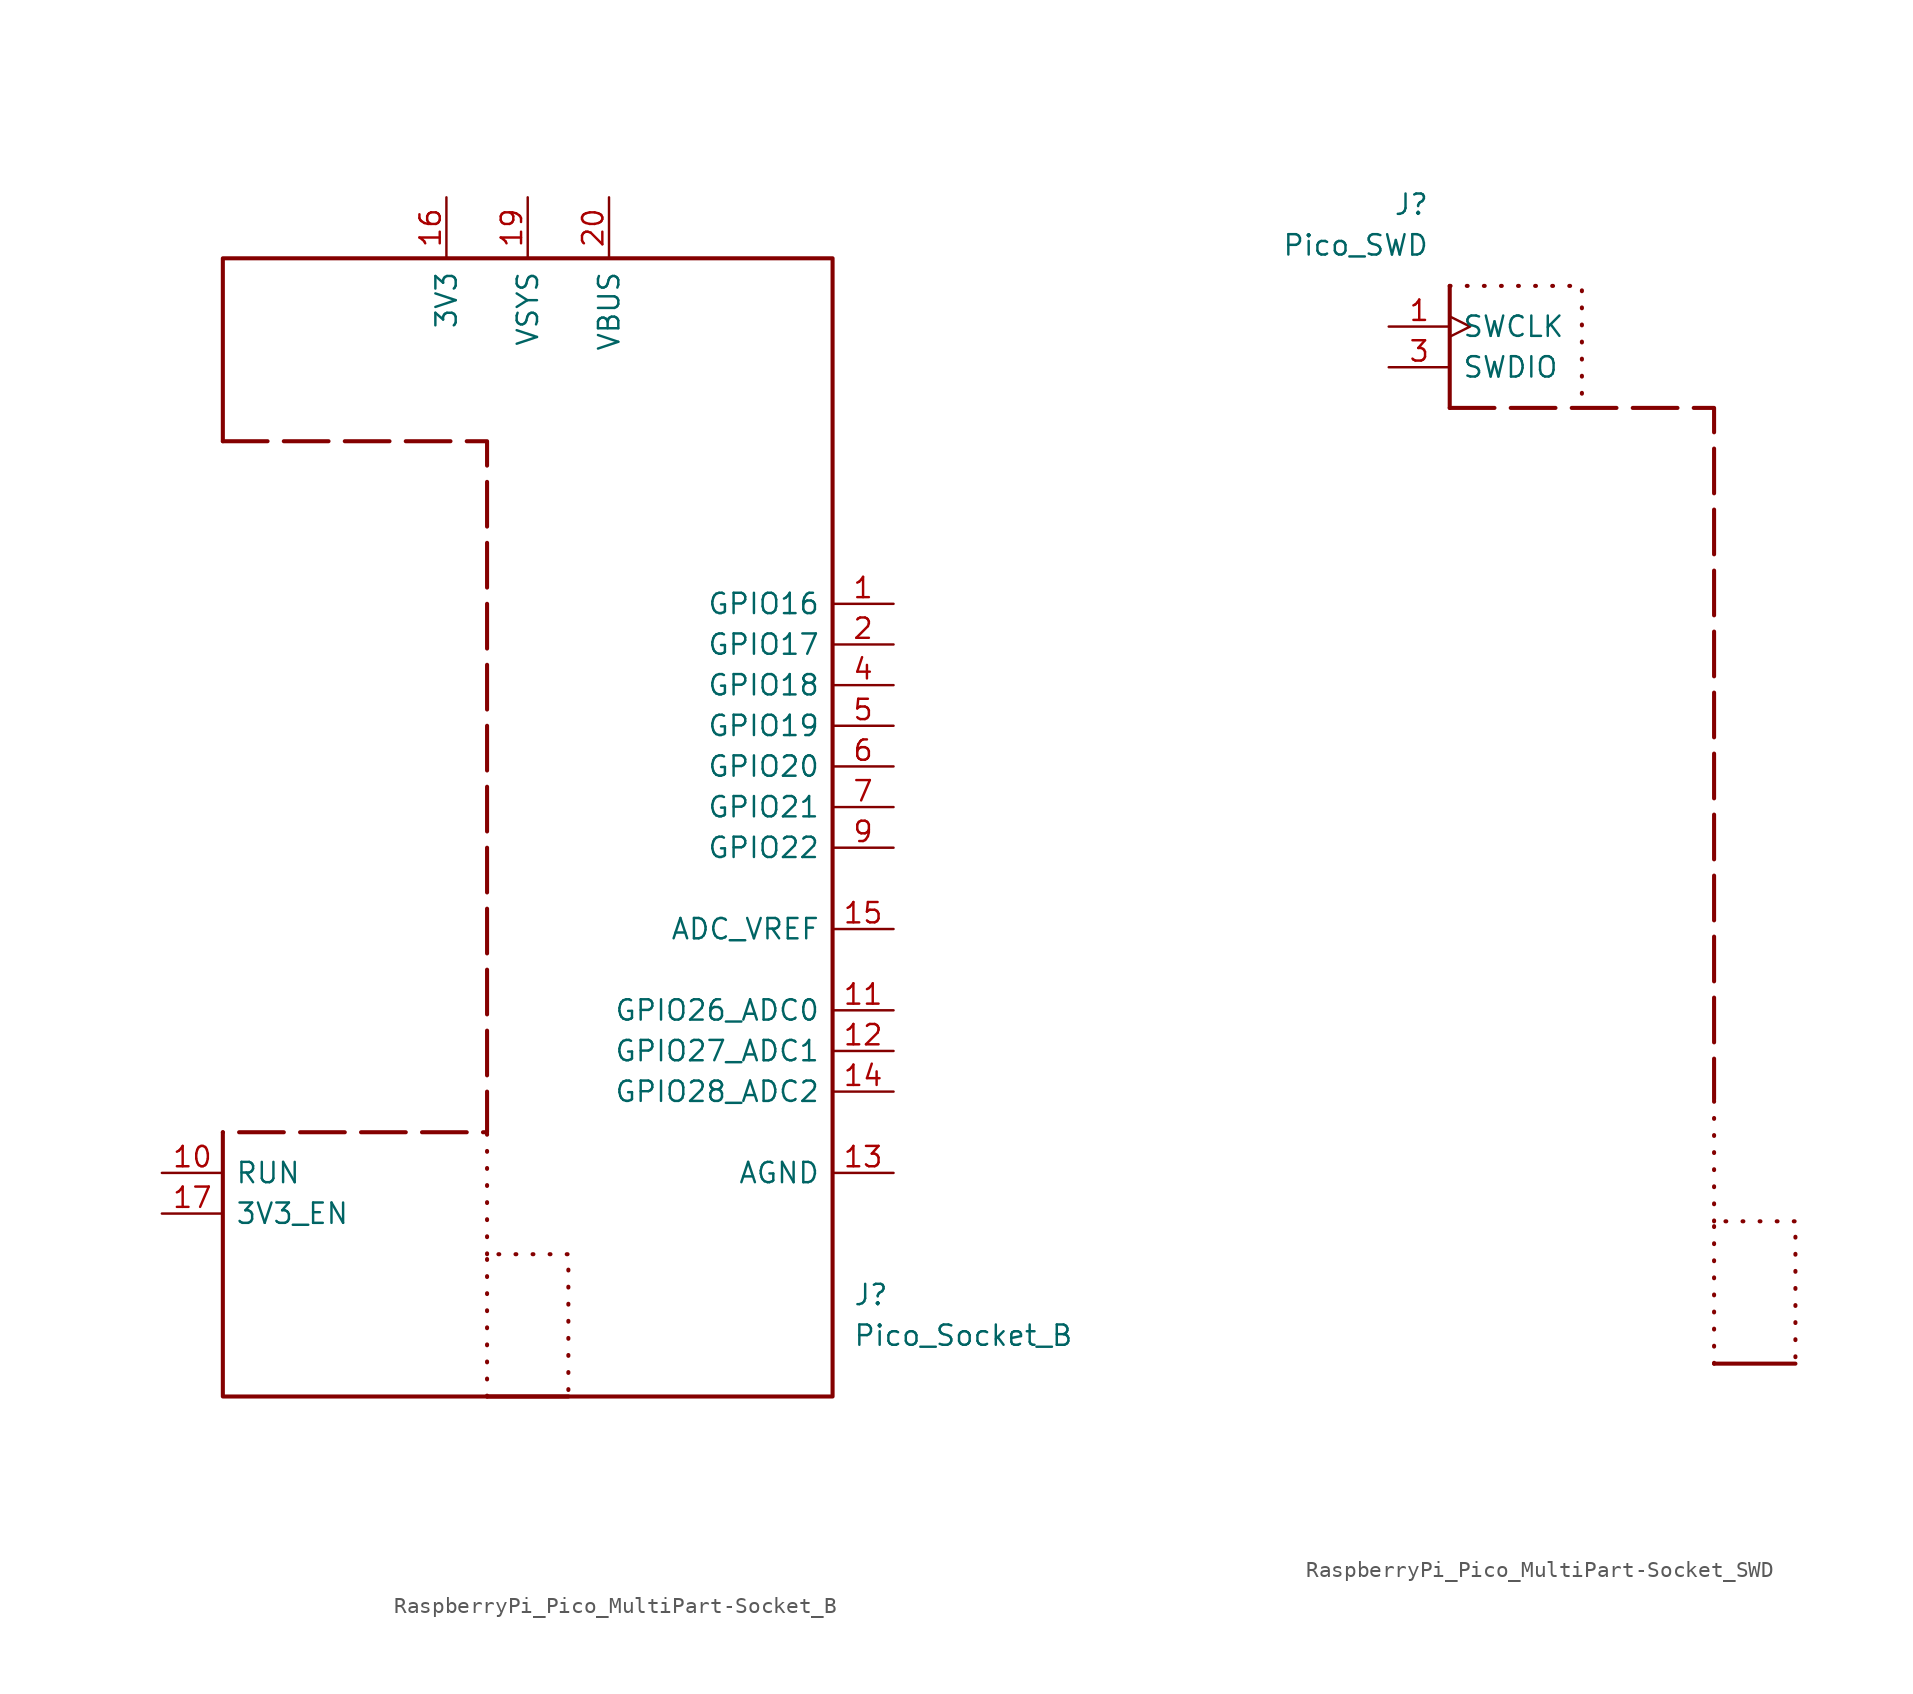
<source format=kicad_sym>
(kicad_symbol_lib
  (version 20220914)
  (generator kicad_symbol_editor)
  (symbol "RaspberryPi_Pico_MultiPart-Socket_B"
    (pin_names
      (offset 0.762))
    (property "Reference" "J"
      (at 20.32 -27.94 0)
      (do_not_autoplace)
      (effects (font (size 1.27 1.27)) (justify left)))
    (property "Value" "Pico_Socket_B"
      (at 20.32 -30.48 0)
      (do_not_autoplace)
      (effects (font (size 1.27 1.27)) (justify left)))
    (symbol "RaspberryPi_Pico_MultiPart-Socket_B_1_1"
      (polyline (pts (xy -2.54 -34.29) (xy 2.54 -34.29)) (stroke (width 0.254) (type default)) (fill (type none)))
      (polyline (pts (xy -2.54 -25.4) (xy -2.54 -17.78)) (stroke (width 0.254) (type dot)) (fill (type none)))
      (polyline (pts (xy -19.05 25.4) (xy -2.54 25.4) (xy -2.54 -17.78) (xy -19.05 -17.78)) (stroke (width 0.254) (type dash)) (fill (type none)))
      (polyline (pts (xy -2.54 -34.29) (xy -2.54 -25.4) (xy 2.54 -25.4) (xy 2.54 -34.29)) (stroke (width 0.254) (type dot)) (fill (type none)))
      (polyline (pts (xy -19.05 -17.78) (xy -19.05 -34.29) (xy 19.05 -34.29) (xy 19.05 36.83) (xy -19.05 36.83) (xy -19.05 25.4)) (stroke (width 0.254) (type default)) (fill (type none)))
      (pin bidirectional line (at 22.86 15.24 180) (length 3.81) (name "GPIO16" (effects (font (size 1.27 1.27)))) (number "1" (effects (font (size 1.27 1.27)))) (alternate "I2C0_SDA" bidirectional line) (alternate "PWM0_A" output line) (alternate "SPI0_RX" input line) (alternate "UART0_TX" output line) (alternate "USB_VBUS_DET" input line))
      (pin input line (at -22.86 -20.32 0) (length 3.81) (name "RUN" (effects (font (size 1.27 1.27)))) (number "10" (effects (font (size 1.27 1.27)))) (alternate "~{RESET}" input line))
      (pin bidirectional line (at 22.86 -10.16 180) (length 3.81) (name "GPIO26_ADC0" (effects (font (size 1.27 1.27)))) (number "11" (effects (font (size 1.27 1.27)))) (alternate "ADC0" input line) (alternate "GPIO26" bidirectional line) (alternate "I2C1_SDA" bidirectional line) (alternate "PWM5_A" output line) (alternate "SPI1_SCK" bidirectional clock) (alternate "UART1_CTS" input line) (alternate "USB_VBUS_EN" output line))
      (pin bidirectional line (at 22.86 -12.7 180) (length 3.81) (name "GPIO27_ADC1" (effects (font (size 1.27 1.27)))) (number "12" (effects (font (size 1.27 1.27)))) (alternate "ADC1" input line) (alternate "GPIO27" bidirectional line) (alternate "I2C1_SCL" bidirectional clock) (alternate "PWM5_B" bidirectional line) (alternate "SPI1_TX" output line) (alternate "UART1_RTS" output line) (alternate "USB_OVCUR_DET" input line))
      (pin power_out line (at 22.86 -20.32 180) (length 3.81) (name "AGND" (effects (font (size 1.27 1.27)))) (number "13" (effects (font (size 1.27 1.27)))) (alternate "AGND_IN" power_in line) (alternate "GND" power_out line) (alternate "GND_IN" power_in line))
      (pin bidirectional line (at 22.86 -15.24 180) (length 3.81) (name "GPIO28_ADC2" (effects (font (size 1.27 1.27)))) (number "14" (effects (font (size 1.27 1.27)))) (alternate "ADC2" input line) (alternate "GPIO28" bidirectional line) (alternate "I2C0_SDA" bidirectional line) (alternate "PWM6_A" output line) (alternate "SPI1_RX" input line) (alternate "UART0_TX" output line) (alternate "USB_VBUS_DET" input line))
      (pin input line (at 22.86 -5.08 180) (length 3.81) (name "ADC_VREF" (effects (font (size 1.27 1.27)))) (number "15" (effects (font (size 1.27 1.27)))) (alternate "ADC_VREF_POW" power_in line))
      (pin power_out line (at -5.08 40.64 270) (length 3.81) (name "3V3" (effects (font (size 1.27 1.27)))) (number "16" (effects (font (size 1.27 1.27)))))
      (pin input line (at -22.86 -22.86 0) (length 3.81) (name "3V3_EN" (effects (font (size 1.27 1.27)))) (number "17" (effects (font (size 1.27 1.27)))) (alternate "~{3V3_DISABLE}" input line))
      (pin passive line (at 0 -38.1 90) (length 3.81) hide (name "GND" (effects (font (size 1.27 1.27)))) (number "18" (effects (font (size 1.27 1.27)))))
      (pin power_in line (at 0 40.64 270) (length 3.81) (name "VSYS" (effects (font (size 1.27 1.27)))) (number "19" (effects (font (size 1.27 1.27)))) (alternate "VSYS_OUT" power_out line))
      (pin bidirectional line (at 22.86 12.7 180) (length 3.81) (name "GPIO17" (effects (font (size 1.27 1.27)))) (number "2" (effects (font (size 1.27 1.27)))) (alternate "I2C0_SCL" bidirectional clock) (alternate "PWM0_B" bidirectional line) (alternate "UART0_RX" input line) (alternate "USB_VBUS_EN" output line) (alternate "~{SPI0_CSn}" bidirectional line))
      (pin power_out line (at 5.08 40.64 270) (length 3.81) (name "VBUS" (effects (font (size 1.27 1.27)))) (number "20" (effects (font (size 1.27 1.27)))) (alternate "VBUS_HOST" power_in line))
      (pin passive line (at 0 -38.1 90) (length 3.81) hide (name "GND" (effects (font (size 1.27 1.27)))) (number "3" (effects (font (size 1.27 1.27)))))
      (pin bidirectional line (at 22.86 10.16 180) (length 3.81) (name "GPIO18" (effects (font (size 1.27 1.27)))) (number "4" (effects (font (size 1.27 1.27)))) (alternate "I2C1_SDA" bidirectional line) (alternate "PWM1_A" output line) (alternate "SPI0_SCK" bidirectional clock) (alternate "UART0_CTS" input line) (alternate "USB_OVCUR_DET" input line))
      (pin bidirectional line (at 22.86 7.62 180) (length 3.81) (name "GPIO19" (effects (font (size 1.27 1.27)))) (number "5" (effects (font (size 1.27 1.27)))) (alternate "I2C1_SCL" bidirectional clock) (alternate "PWM1_B" bidirectional line) (alternate "SPI0_TX" output line) (alternate "UART0_RTS" output line) (alternate "USB_VBUS_DET" input line))
      (pin bidirectional line (at 22.86 5.08 180) (length 3.81) (name "GPIO20" (effects (font (size 1.27 1.27)))) (number "6" (effects (font (size 1.27 1.27)))) (alternate "CLOCK_GPIN0" input clock) (alternate "I2C0_SDA" bidirectional line) (alternate "PWM2_A" output line) (alternate "SPI0_RX" input line) (alternate "UART1_TX" output line) (alternate "USB_VBUS_EN" output line))
      (pin bidirectional line (at 22.86 2.54 180) (length 3.81) (name "GPIO21" (effects (font (size 1.27 1.27)))) (number "7" (effects (font (size 1.27 1.27)))) (alternate "CLOCK_GPOUT0" output clock) (alternate "I2C0_SCL" bidirectional clock) (alternate "PWM2_B" bidirectional line) (alternate "UART1_RX" input line) (alternate "USB_OVCUR_DET" input line) (alternate "~{SPI0_CSn}" bidirectional line))
      (pin passive line (at 0 -38.1 90) (length 3.81) hide (name "GND" (effects (font (size 1.27 1.27)))) (number "8" (effects (font (size 1.27 1.27)))))
      (pin bidirectional line (at 22.86 0 180) (length 3.81) (name "GPIO22" (effects (font (size 1.27 1.27)))) (number "9" (effects (font (size 1.27 1.27)))) (alternate "CLOCK_GPIN1" input clock) (alternate "I2C1_SDA" bidirectional line) (alternate "PWM3_A" output line) (alternate "SPI0_SCK" bidirectional clock) (alternate "UART1_CTS" input line) (alternate "USB_VBUS_DET" input line))))
  (symbol "RaspberryPi_Pico_MultiPart-Socket_SWD"
    (pin_names
      (offset 0.762))
    (property "Reference" "J"
      (at -20.32 38.1 0)
      (do_not_autoplace)
      (effects (font (size 1.27 1.27)) (justify right)))
    (property "Value" "Pico_SWD"
      (at -20.32 35.56 0)
      (do_not_autoplace)
      (effects (font (size 1.27 1.27)) (justify right)))
    (symbol "RaspberryPi_Pico_MultiPart-Socket_SWD_1_1"
      (polyline (pts (xy -19.05 33.02) (xy -19.05 25.4)) (stroke (width 0.254) (type default)) (fill (type none)))
      (polyline (pts (xy -2.54 -34.29) (xy 2.54 -34.29)) (stroke (width 0.254) (type default)) (fill (type none)))
      (polyline (pts (xy -2.54 -25.4) (xy -2.54 -17.78)) (stroke (width 0.254) (type dot)) (fill (type none)))
      (polyline (pts (xy -19.05 25.4) (xy -2.54 25.4) (xy -2.54 -17.78)) (stroke (width 0.254) (type dash)) (fill (type none)))
      (polyline (pts (xy -19.05 33.02) (xy -10.795 33.02) (xy -10.795 25.4)) (stroke (width 0.254) (type dot)) (fill (type none)))
      (polyline (pts (xy -2.54 -34.29) (xy -2.54 -25.4) (xy 2.54 -25.4) (xy 2.54 -34.29)) (stroke (width 0.254) (type dot)) (fill (type none)))
      (pin input clock (at -22.86 30.48 0) (length 3.81) (name "SWCLK" (effects (font (size 1.27 1.27)))) (number "1" (effects (font (size 1.27 1.27)))))
      (pin passive line (at 0 -38.1 90) (length 3.81) hide (name "GND" (effects (font (size 1.27 1.27)))) (number "2" (effects (font (size 1.27 1.27)))))
      (pin bidirectional line (at -22.86 27.94 0) (length 3.81) (name "SWDIO" (effects (font (size 1.27 1.27)))) (number "3" (effects (font (size 1.27 1.27))))))))
</source>
